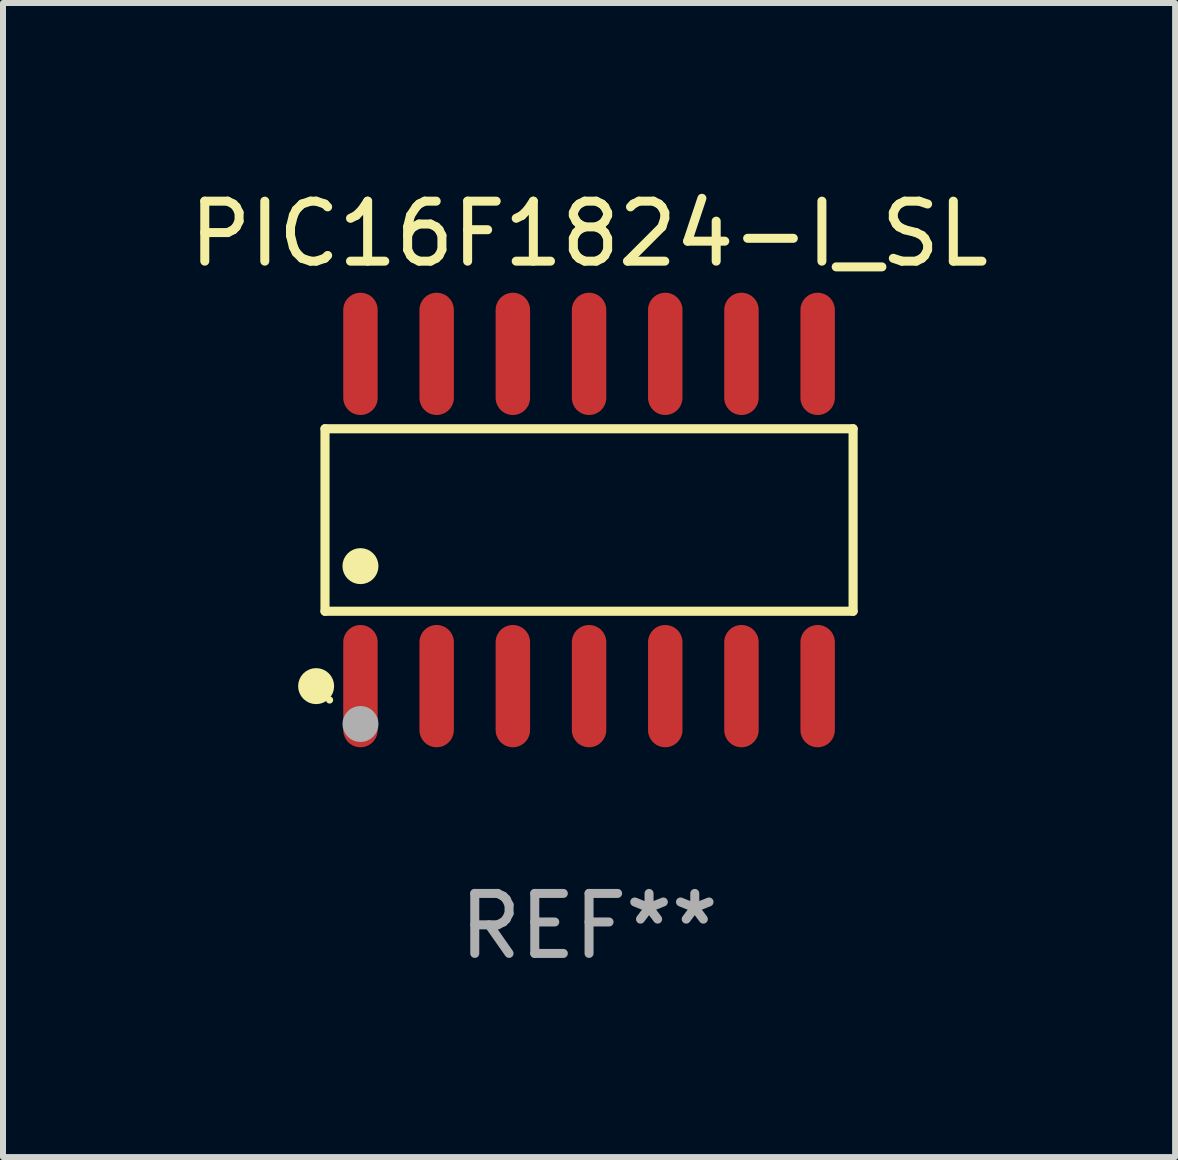
<source format=kicad_pcb>
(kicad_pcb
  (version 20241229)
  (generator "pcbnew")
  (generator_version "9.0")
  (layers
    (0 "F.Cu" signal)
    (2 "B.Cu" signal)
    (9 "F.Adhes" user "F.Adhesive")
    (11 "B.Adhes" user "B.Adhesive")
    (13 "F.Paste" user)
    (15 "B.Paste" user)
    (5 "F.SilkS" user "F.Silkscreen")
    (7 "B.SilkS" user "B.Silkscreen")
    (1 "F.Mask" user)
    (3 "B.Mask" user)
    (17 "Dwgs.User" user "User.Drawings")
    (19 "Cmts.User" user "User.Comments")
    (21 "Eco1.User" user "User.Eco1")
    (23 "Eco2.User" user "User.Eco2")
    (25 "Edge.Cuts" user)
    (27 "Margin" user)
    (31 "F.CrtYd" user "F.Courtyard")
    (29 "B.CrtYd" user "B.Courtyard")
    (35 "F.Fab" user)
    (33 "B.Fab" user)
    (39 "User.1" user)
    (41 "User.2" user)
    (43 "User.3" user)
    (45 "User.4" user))
  (footprint "PIC16F1824-I_SL"
    (layer "F.Cu")
    (at 6.768 5.617)
    (property "Reference" "PIC16F1824-I_SL" (at 0 -4.769 0) (layer "F.SilkS") (effects (font (size 1 1) (thickness 0.15))))
    (attr through_hole)
    (fp_line (start -4.401 -1.521) (end 4.401 -1.521) (stroke (width 0.152) (type solid)) (layer "F.SilkS"))
    (fp_line (start -4.401 1.521) (end -4.401 -1.521) (stroke (width 0.152) (type solid)) (layer "F.SilkS"))
    (fp_line (start 4.401 -1.521) (end 4.401 1.521) (stroke (width 0.152) (type solid)) (layer "F.SilkS"))
    (fp_line (start 4.401 1.521) (end -4.401 1.521) (stroke (width 0.152) (type solid)) (layer "F.SilkS"))
    (fp_circle (center -4.549 2.769) (end -4.399 2.769) (stroke (width 0.3) (type solid)) (fill no) (layer "F.SilkS"))
    (fp_circle (center -4.325 3) (end -4.295 3) (stroke (width 0.06) (type solid)) (fill no) (layer "F.SilkS"))
    (fp_circle (center -3.81 0.769) (end -3.66 0.769) (stroke (width 0.3) (type solid)) (fill no) (layer "F.SilkS"))
    (fp_circle (center -3.81 3.4) (end -3.66 3.4) (stroke (width 0.3) (type solid)) (fill no) (layer "F.Fab"))
    (fp_text user "REF**" (at 0 6.769 0) (layer "F.Fab") (effects (font (size 1 1) (thickness 0.15))))
    (pad "1" smd oval (at -3.81 2.769) (size 0.574 2.038) (layers "F.Cu" "F.Mask" "F.Paste"))
    (pad "2" smd oval (at -2.54 2.769) (size 0.574 2.038) (layers "F.Cu" "F.Mask" "F.Paste"))
    (pad "3" smd oval (at -1.27 2.769) (size 0.574 2.038) (layers "F.Cu" "F.Mask" "F.Paste"))
    (pad "4" smd oval (at 0 2.769) (size 0.574 2.038) (layers "F.Cu" "F.Mask" "F.Paste"))
    (pad "5" smd oval (at 1.27 2.769) (size 0.574 2.038) (layers "F.Cu" "F.Mask" "F.Paste"))
    (pad "6" smd oval (at 2.54 2.769) (size 0.574 2.038) (layers "F.Cu" "F.Mask" "F.Paste"))
    (pad "7" smd oval (at 3.81 2.769) (size 0.574 2.038) (layers "F.Cu" "F.Mask" "F.Paste"))
    (pad "8" smd oval (at 3.81 -2.769) (size 0.574 2.038) (layers "F.Cu" "F.Mask" "F.Paste"))
    (pad "9" smd oval (at 2.54 -2.769) (size 0.574 2.038) (layers "F.Cu" "F.Mask" "F.Paste"))
    (pad "10" smd oval (at 1.27 -2.769) (size 0.574 2.038) (layers "F.Cu" "F.Mask" "F.Paste"))
    (pad "11" smd oval (at 0 -2.769) (size 0.574 2.038) (layers "F.Cu" "F.Mask" "F.Paste"))
    (pad "12" smd oval (at -1.27 -2.769) (size 0.574 2.038) (layers "F.Cu" "F.Mask" "F.Paste"))
    (pad "13" smd oval (at -2.54 -2.769) (size 0.574 2.038) (layers "F.Cu" "F.Mask" "F.Paste"))
    (pad "14" smd oval (at -3.81 -2.769) (size 0.574 2.038) (layers "F.Cu" "F.Mask" "F.Paste")))
  (gr_rect
    (start -3 -3)
    (end 16.536 16.235)
    (stroke (width 0.1) (type default))
    (fill no)
    (layer "Edge.Cuts")))
</source>
